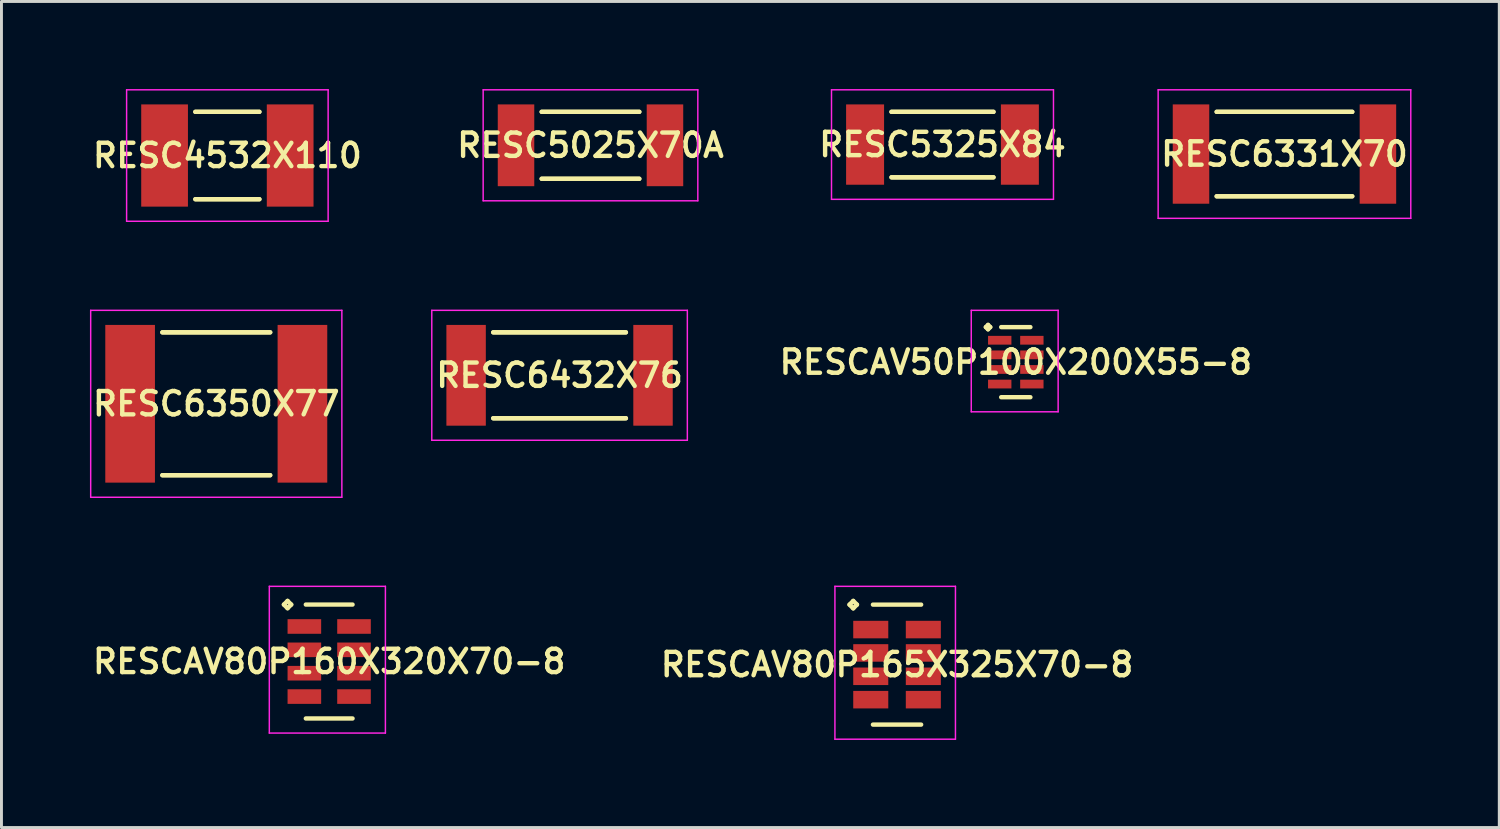
<source format=kicad_pcb>
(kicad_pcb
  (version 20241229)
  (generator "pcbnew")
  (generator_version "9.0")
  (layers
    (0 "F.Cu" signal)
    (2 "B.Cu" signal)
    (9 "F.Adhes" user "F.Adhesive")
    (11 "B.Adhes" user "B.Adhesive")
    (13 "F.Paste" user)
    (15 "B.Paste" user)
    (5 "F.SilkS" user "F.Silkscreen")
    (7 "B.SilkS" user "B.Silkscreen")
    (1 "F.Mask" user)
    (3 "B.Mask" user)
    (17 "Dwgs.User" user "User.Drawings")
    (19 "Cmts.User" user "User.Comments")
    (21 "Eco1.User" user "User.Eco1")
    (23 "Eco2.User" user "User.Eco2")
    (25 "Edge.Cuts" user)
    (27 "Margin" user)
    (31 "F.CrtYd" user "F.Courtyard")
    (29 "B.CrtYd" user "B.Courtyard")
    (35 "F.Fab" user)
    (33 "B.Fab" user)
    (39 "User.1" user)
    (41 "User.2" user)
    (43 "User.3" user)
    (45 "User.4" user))
  (footprint "RESC6350X77"
    (layer "F.Cu")
    (at 4.355 10.775)
    (property "Reference" "RESC6350X77" (at 0 0 0) (layer "F.SilkS") (effects (font (size 0.8 0.8) (thickness 0.15))))
    (attr smd)
    (fp_line (start -1.846 -2.446) (end 1.846 -2.446) (stroke (width 0.15) (type solid)) (layer "F.SilkS"))
    (fp_line (start -1.846 2.446) (end 1.846 2.446) (stroke (width 0.15) (type solid)) (layer "F.SilkS"))
    (fp_line (start 1.846 -2.446) (end -1.846 -2.446) (stroke (width 0.15) (type solid)) (layer "F.SilkS"))
    (fp_line (start 1.846 2.446) (end -1.846 2.446) (stroke (width 0.15) (type solid)) (layer "F.SilkS"))
    (fp_line (start -4.3 -3.2) (end 4.3 -3.2) (stroke (width 0.05) (type solid)) (layer "F.CrtYd"))
    (fp_line (start -4.3 3.2) (end -4.3 -3.2) (stroke (width 0.05) (type solid)) (layer "F.CrtYd"))
    (fp_line (start 4.3 -3.2) (end 4.3 3.2) (stroke (width 0.05) (type solid)) (layer "F.CrtYd"))
    (fp_line (start 4.3 3.2) (end -4.3 3.2) (stroke (width 0.05) (type solid)) (layer "F.CrtYd"))
    (pad "1" smd rect (at -2.95 0) (size 1.7 5.4) (layers "F.Cu" "F.Mask" "F.Paste"))
    (pad "2" smd rect (at 2.95 0) (size 1.7 5.4) (layers "F.Cu" "F.Mask" "F.Paste")))
  (footprint "RESCAV80P160X320X70-8"
    (layer "F.Cu")
    (at 8.221 19.6)
    (property "Reference" "RESCAV80P160X320X70-8" (at 0 0 0) (layer "F.SilkS") (effects (font (size 0.8 0.8) (thickness 0.15))))
    (attr smd)
    (fp_line (start -1.55 -1.95) (end -1.425 -2.075) (stroke (width 0.15) (type solid)) (layer "F.SilkS"))
    (fp_line (start -1.425 -2.075) (end -1.3 -1.95) (stroke (width 0.15) (type solid)) (layer "F.SilkS"))
    (fp_line (start -1.425 -1.825) (end -1.55 -1.95) (stroke (width 0.15) (type solid)) (layer "F.SilkS"))
    (fp_line (start -1.3 -1.95) (end -1.425 -1.825) (stroke (width 0.15) (type solid)) (layer "F.SilkS"))
    (fp_line (start -0.8 -1.95) (end 0.8 -1.95) (stroke (width 0.15) (type solid)) (layer "F.SilkS"))
    (fp_line (start -0.8 1.95) (end 0.8 1.95) (stroke (width 0.15) (type solid)) (layer "F.SilkS"))
    (fp_line (start -2.05 -2.575) (end 1.925 -2.575) (stroke (width 0.05) (type solid)) (layer "F.CrtYd"))
    (fp_line (start -2.05 2.45) (end -2.05 -2.575) (stroke (width 0.05) (type solid)) (layer "F.CrtYd"))
    (fp_line (start 1.925 -2.575) (end 1.925 2.45) (stroke (width 0.05) (type solid)) (layer "F.CrtYd"))
    (fp_line (start 1.925 2.45) (end -2.05 2.45) (stroke (width 0.05) (type solid)) (layer "F.CrtYd"))
    (pad "1" smd rect (at -0.85 -1.2) (size 1.15 0.5) (layers "F.Cu" "F.Mask" "F.Paste"))
    (pad "2" smd rect (at -0.85 -0.4) (size 1.15 0.5) (layers "F.Cu" "F.Mask" "F.Paste"))
    (pad "3" smd rect (at -0.85 0.4) (size 1.15 0.5) (layers "F.Cu" "F.Mask" "F.Paste"))
    (pad "4" smd rect (at -0.85 1.2) (size 1.15 0.5) (layers "F.Cu" "F.Mask" "F.Paste"))
    (pad "5" smd rect (at 0.85 1.2) (size 1.15 0.5) (layers "F.Cu" "F.Mask" "F.Paste"))
    (pad "6" smd rect (at 0.85 0.4) (size 1.15 0.5) (layers "F.Cu" "F.Mask" "F.Paste"))
    (pad "7" smd rect (at 0.85 -0.4) (size 1.15 0.5) (layers "F.Cu" "F.Mask" "F.Paste"))
    (pad "8" smd rect (at 0.85 -1.2) (size 1.15 0.5) (layers "F.Cu" "F.Mask" "F.Paste")))
  (footprint "RESC6331X70"
    (layer "F.Cu")
    (at 40.929 2.225)
    (property "Reference" "RESC6331X70" (at 0 0 0) (layer "F.SilkS") (effects (font (size 0.8 0.8) (thickness 0.15))))
    (attr smd)
    (fp_line (start -2.321 -1.446) (end 2.321 -1.446) (stroke (width 0.15) (type solid)) (layer "F.SilkS"))
    (fp_line (start -2.321 1.446) (end 2.321 1.446) (stroke (width 0.15) (type solid)) (layer "F.SilkS"))
    (fp_line (start 2.321 -1.446) (end -2.321 -1.446) (stroke (width 0.15) (type solid)) (layer "F.SilkS"))
    (fp_line (start 2.321 1.446) (end -2.321 1.446) (stroke (width 0.15) (type solid)) (layer "F.SilkS"))
    (fp_line (start -4.325 -2.2) (end 4.325 -2.2) (stroke (width 0.05) (type solid)) (layer "F.CrtYd"))
    (fp_line (start -4.325 2.2) (end -4.325 -2.2) (stroke (width 0.05) (type solid)) (layer "F.CrtYd"))
    (fp_line (start 4.325 -2.2) (end 4.325 2.2) (stroke (width 0.05) (type solid)) (layer "F.CrtYd"))
    (fp_line (start 4.325 2.2) (end -4.325 2.2) (stroke (width 0.05) (type solid)) (layer "F.CrtYd"))
    (pad "1" smd rect (at -3.2 0) (size 1.25 3.4) (layers "F.Cu" "F.Mask" "F.Paste"))
    (pad "2" smd rect (at 3.2 0) (size 1.25 3.4) (layers "F.Cu" "F.Mask" "F.Paste")))
  (footprint "RESC5325X84"
    (layer "F.Cu")
    (at 29.22 1.9)
    (property "Reference" "RESC5325X84" (at 0 0 0) (layer "F.SilkS") (effects (font (size 0.8 0.8) (thickness 0.15))))
    (attr smd)
    (fp_line (start -1.746 -1.121) (end 1.746 -1.121) (stroke (width 0.15) (type solid)) (layer "F.SilkS"))
    (fp_line (start -1.746 1.121) (end 1.746 1.121) (stroke (width 0.15) (type solid)) (layer "F.SilkS"))
    (fp_line (start 1.746 -1.121) (end -1.746 -1.121) (stroke (width 0.15) (type solid)) (layer "F.SilkS"))
    (fp_line (start 1.746 1.121) (end -1.746 1.121) (stroke (width 0.15) (type solid)) (layer "F.SilkS"))
    (fp_line (start -3.8 -1.875) (end 3.8 -1.875) (stroke (width 0.05) (type solid)) (layer "F.CrtYd"))
    (fp_line (start -3.8 1.875) (end -3.8 -1.875) (stroke (width 0.05) (type solid)) (layer "F.CrtYd"))
    (fp_line (start 3.8 -1.875) (end 3.8 1.875) (stroke (width 0.05) (type solid)) (layer "F.CrtYd"))
    (fp_line (start 3.8 1.875) (end -3.8 1.875) (stroke (width 0.05) (type solid)) (layer "F.CrtYd"))
    (pad "1" smd rect (at -2.65 0) (size 1.3 2.75) (layers "F.Cu" "F.Mask" "F.Paste"))
    (pad "2" smd rect (at 2.65 0) (size 1.3 2.75) (layers "F.Cu" "F.Mask" "F.Paste")))
  (footprint "RESC6432X76"
    (layer "F.Cu")
    (at 16.109 9.8)
    (property "Reference" "RESC6432X76" (at 0 0 0) (layer "F.SilkS") (effects (font (size 0.8 0.8) (thickness 0.15))))
    (attr smd)
    (fp_line (start -2.271 -1.471) (end 2.271 -1.471) (stroke (width 0.15) (type solid)) (layer "F.SilkS"))
    (fp_line (start -2.271 1.471) (end 2.271 1.471) (stroke (width 0.15) (type solid)) (layer "F.SilkS"))
    (fp_line (start 2.271 -1.471) (end -2.271 -1.471) (stroke (width 0.15) (type solid)) (layer "F.SilkS"))
    (fp_line (start 2.271 1.471) (end -2.271 1.471) (stroke (width 0.15) (type solid)) (layer "F.SilkS"))
    (fp_line (start -4.375 -2.225) (end 4.375 -2.225) (stroke (width 0.05) (type solid)) (layer "F.CrtYd"))
    (fp_line (start -4.375 2.225) (end -4.375 -2.225) (stroke (width 0.05) (type solid)) (layer "F.CrtYd"))
    (fp_line (start 4.375 -2.225) (end 4.375 2.225) (stroke (width 0.05) (type solid)) (layer "F.CrtYd"))
    (fp_line (start 4.375 2.225) (end -4.375 2.225) (stroke (width 0.05) (type solid)) (layer "F.CrtYd"))
    (pad "1" smd rect (at -3.2 0) (size 1.35 3.45) (layers "F.Cu" "F.Mask" "F.Paste"))
    (pad "2" smd rect (at 3.2 0) (size 1.35 3.45) (layers "F.Cu" "F.Mask" "F.Paste")))
  (footprint "RESC4532X110"
    (layer "F.Cu")
    (at 4.735 2.275)
    (property "Reference" "RESC4532X110" (at 0 0 0) (layer "F.SilkS") (effects (font (size 0.8 0.8) (thickness 0.15))))
    (attr smd)
    (fp_line (start -1.096 -1.496) (end 1.096 -1.496) (stroke (width 0.15) (type solid)) (layer "F.SilkS"))
    (fp_line (start -1.096 1.496) (end 1.096 1.496) (stroke (width 0.15) (type solid)) (layer "F.SilkS"))
    (fp_line (start 1.096 -1.496) (end -1.096 -1.496) (stroke (width 0.15) (type solid)) (layer "F.SilkS"))
    (fp_line (start 1.096 1.496) (end -1.096 1.496) (stroke (width 0.15) (type solid)) (layer "F.SilkS"))
    (fp_line (start -3.45 -2.25) (end 3.45 -2.25) (stroke (width 0.05) (type solid)) (layer "F.CrtYd"))
    (fp_line (start -3.45 2.25) (end -3.45 -2.25) (stroke (width 0.05) (type solid)) (layer "F.CrtYd"))
    (fp_line (start 3.45 -2.25) (end 3.45 2.25) (stroke (width 0.05) (type solid)) (layer "F.CrtYd"))
    (fp_line (start 3.45 2.25) (end -3.45 2.25) (stroke (width 0.05) (type solid)) (layer "F.CrtYd"))
    (pad "1" smd rect (at -2.15 0) (size 1.6 3.5) (layers "F.Cu" "F.Mask" "F.Paste"))
    (pad "2" smd rect (at 2.15 0) (size 1.6 3.5) (layers "F.Cu" "F.Mask" "F.Paste")))
  (footprint "RESC5025X70A"
    (layer "F.Cu")
    (at 17.168 1.925)
    (property "Reference" "RESC5025X70A" (at 0 0 0) (layer "F.SilkS") (effects (font (size 0.8 0.8) (thickness 0.15))))
    (attr smd)
    (fp_line (start -1.671 -1.146) (end 1.671 -1.146) (stroke (width 0.15) (type solid)) (layer "F.SilkS"))
    (fp_line (start -1.671 1.146) (end 1.671 1.146) (stroke (width 0.15) (type solid)) (layer "F.SilkS"))
    (fp_line (start 1.671 -1.146) (end -1.671 -1.146) (stroke (width 0.15) (type solid)) (layer "F.SilkS"))
    (fp_line (start 1.671 1.146) (end -1.671 1.146) (stroke (width 0.15) (type solid)) (layer "F.SilkS"))
    (fp_line (start -3.675 -1.9) (end 3.675 -1.9) (stroke (width 0.05) (type solid)) (layer "F.CrtYd"))
    (fp_line (start -3.675 1.9) (end -3.675 -1.9) (stroke (width 0.05) (type solid)) (layer "F.CrtYd"))
    (fp_line (start 3.675 -1.9) (end 3.675 1.9) (stroke (width 0.05) (type solid)) (layer "F.CrtYd"))
    (fp_line (start 3.675 1.9) (end -3.675 1.9) (stroke (width 0.05) (type solid)) (layer "F.CrtYd"))
    (pad "1" smd rect (at -2.55 0) (size 1.25 2.8) (layers "F.Cu" "F.Mask" "F.Paste"))
    (pad "2" smd rect (at 2.55 0) (size 1.25 2.8) (layers "F.Cu" "F.Mask" "F.Paste")))
  (footprint "RESCAV50P100X200X55-8"
    (layer "F.Cu")
    (at 31.73 9.35)
    (property "Reference" "RESCAV50P100X200X55-8" (at 0 0 0) (layer "F.SilkS") (effects (font (size 0.8 0.8) (thickness 0.15))))
    (attr smd)
    (fp_line (start -1.025 -1.2) (end -0.95 -1.275) (stroke (width 0.15) (type solid)) (layer "F.SilkS"))
    (fp_line (start -0.95 -1.275) (end -0.875 -1.2) (stroke (width 0.15) (type solid)) (layer "F.SilkS"))
    (fp_line (start -0.95 -1.125) (end -1.025 -1.2) (stroke (width 0.15) (type solid)) (layer "F.SilkS"))
    (fp_line (start -0.875 -1.2) (end -0.95 -1.125) (stroke (width 0.15) (type solid)) (layer "F.SilkS"))
    (fp_line (start -0.5 -1.2) (end 0.5 -1.2) (stroke (width 0.15) (type solid)) (layer "F.SilkS"))
    (fp_line (start -0.5 1.2) (end 0.5 1.2) (stroke (width 0.15) (type solid)) (layer "F.SilkS"))
    (fp_line (start -1.525 -1.775) (end 1.45 -1.775) (stroke (width 0.05) (type solid)) (layer "F.CrtYd"))
    (fp_line (start -1.525 1.7) (end -1.525 -1.775) (stroke (width 0.05) (type solid)) (layer "F.CrtYd"))
    (fp_line (start 1.45 -1.775) (end 1.45 1.7) (stroke (width 0.05) (type solid)) (layer "F.CrtYd"))
    (fp_line (start 1.45 1.7) (end -1.525 1.7) (stroke (width 0.05) (type solid)) (layer "F.CrtYd"))
    (pad "1" smd rect (at -0.55 -0.75) (size 0.8 0.3) (layers "F.Cu" "F.Mask" "F.Paste"))
    (pad "2" smd rect (at -0.55 -0.25) (size 0.8 0.3) (layers "F.Cu" "F.Mask" "F.Paste"))
    (pad "3" smd rect (at -0.55 0.25) (size 0.8 0.3) (layers "F.Cu" "F.Mask" "F.Paste"))
    (pad "4" smd rect (at -0.55 0.75) (size 0.8 0.3) (layers "F.Cu" "F.Mask" "F.Paste"))
    (pad "5" smd rect (at 0.55 0.75) (size 0.8 0.3) (layers "F.Cu" "F.Mask" "F.Paste"))
    (pad "6" smd rect (at 0.55 0.25) (size 0.8 0.3) (layers "F.Cu" "F.Mask" "F.Paste"))
    (pad "7" smd rect (at 0.55 -0.25) (size 0.8 0.3) (layers "F.Cu" "F.Mask" "F.Paste"))
    (pad "8" smd rect (at 0.55 -0.75) (size 0.8 0.3) (layers "F.Cu" "F.Mask" "F.Paste")))
  (footprint "RESCAV80P165X325X70-8"
    (layer "F.Cu")
    (at 27.664 19.706)
    (property "Reference" "RESCAV80P165X325X70-8" (at 0 0 0) (layer "F.SilkS") (effects (font (size 0.8 0.8) (thickness 0.15))))
    (attr smd)
    (fp_line (start -1.627 -2.054) (end -1.5 -2.181) (stroke (width 0.15) (type solid)) (layer "F.SilkS"))
    (fp_line (start -1.5 -2.181) (end -1.373 -2.054) (stroke (width 0.15) (type solid)) (layer "F.SilkS"))
    (fp_line (start -1.5 -1.927) (end -1.627 -2.054) (stroke (width 0.15) (type solid)) (layer "F.SilkS"))
    (fp_line (start -1.373 -2.054) (end -1.5 -1.927) (stroke (width 0.15) (type solid)) (layer "F.SilkS"))
    (fp_line (start -0.825 -2.054) (end 0.825 -2.054) (stroke (width 0.15) (type solid)) (layer "F.SilkS"))
    (fp_line (start -0.825 2.054) (end 0.825 2.054) (stroke (width 0.15) (type solid)) (layer "F.SilkS"))
    (fp_line (start -2.127 -2.681) (end 2 -2.681) (stroke (width 0.05) (type solid)) (layer "F.CrtYd"))
    (fp_line (start -2.127 2.554) (end -2.127 -2.681) (stroke (width 0.05) (type solid)) (layer "F.CrtYd"))
    (fp_line (start 2 -2.681) (end 2 2.554) (stroke (width 0.05) (type solid)) (layer "F.CrtYd"))
    (fp_line (start 2 2.554) (end -2.127 2.554) (stroke (width 0.05) (type solid)) (layer "F.CrtYd"))
    (pad "1" smd rect (at -0.9 -1.2) (size 1.2 0.6) (layers "F.Cu" "F.Mask" "F.Paste"))
    (pad "2" smd rect (at -0.9 -0.4) (size 1.2 0.6) (layers "F.Cu" "F.Mask" "F.Paste"))
    (pad "3" smd rect (at -0.9 0.4) (size 1.2 0.6) (layers "F.Cu" "F.Mask" "F.Paste"))
    (pad "4" smd rect (at -0.9 1.2) (size 1.2 0.6) (layers "F.Cu" "F.Mask" "F.Paste"))
    (pad "5" smd rect (at 0.9 1.2) (size 1.2 0.6) (layers "F.Cu" "F.Mask" "F.Paste"))
    (pad "6" smd rect (at 0.9 0.4) (size 1.2 0.6) (layers "F.Cu" "F.Mask" "F.Paste"))
    (pad "7" smd rect (at 0.9 -0.4) (size 1.2 0.6) (layers "F.Cu" "F.Mask" "F.Paste"))
    (pad "8" smd rect (at 0.9 -1.2) (size 1.2 0.6) (layers "F.Cu" "F.Mask" "F.Paste")))
  (gr_rect
    (start -3 -3)
    (end 48.284 25.285)
    (stroke (width 0.1) (type default))
    (fill no)
    (layer "Edge.Cuts")))
</source>
